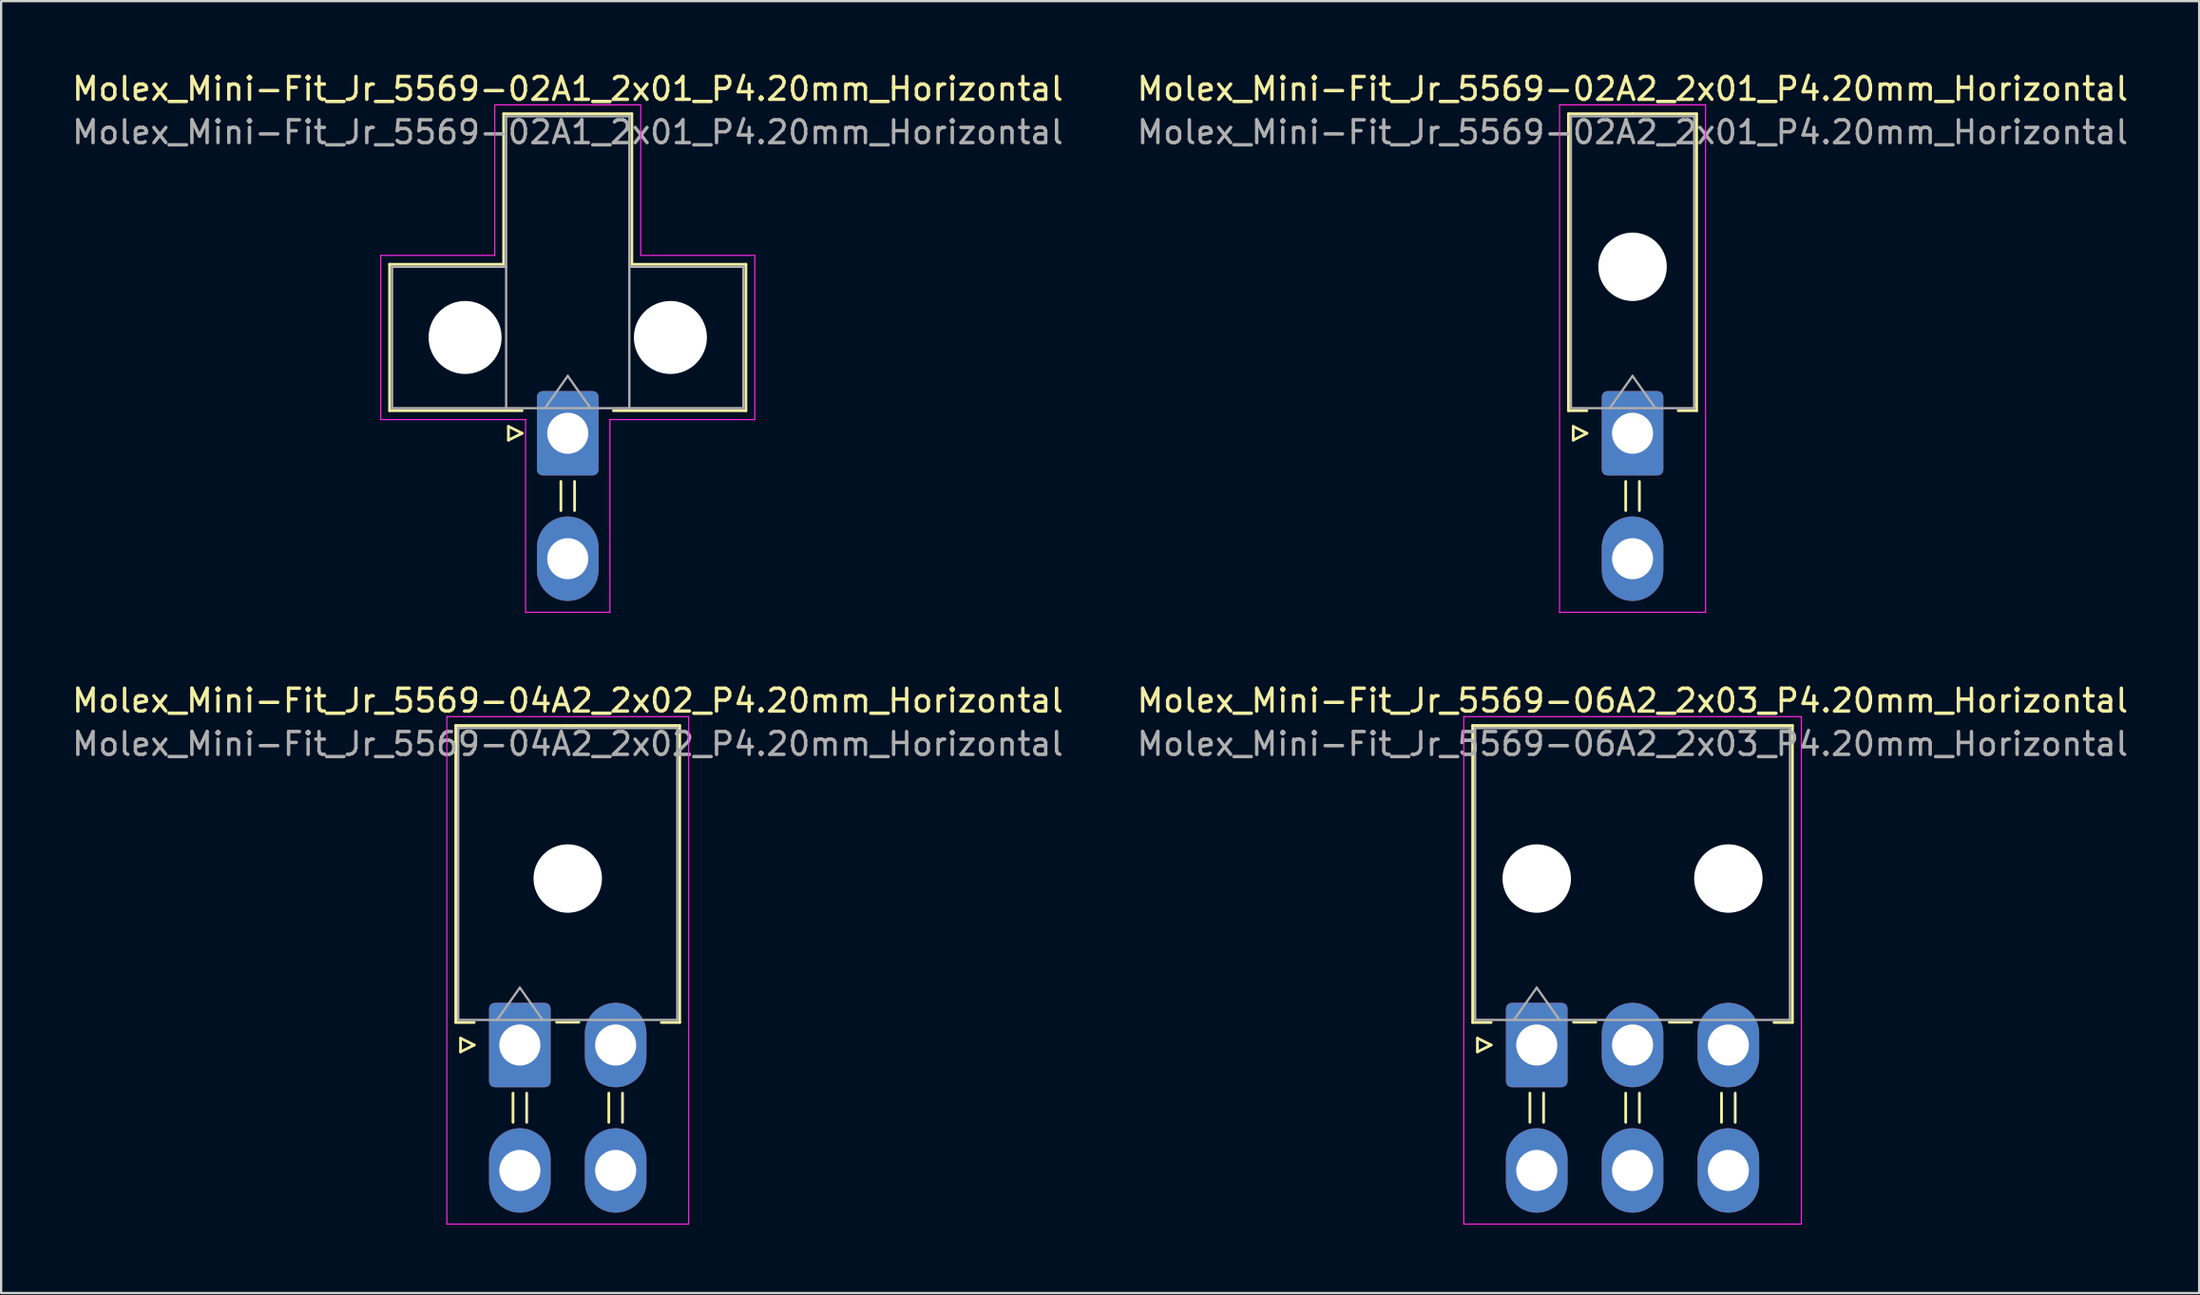
<source format=kicad_pcb>
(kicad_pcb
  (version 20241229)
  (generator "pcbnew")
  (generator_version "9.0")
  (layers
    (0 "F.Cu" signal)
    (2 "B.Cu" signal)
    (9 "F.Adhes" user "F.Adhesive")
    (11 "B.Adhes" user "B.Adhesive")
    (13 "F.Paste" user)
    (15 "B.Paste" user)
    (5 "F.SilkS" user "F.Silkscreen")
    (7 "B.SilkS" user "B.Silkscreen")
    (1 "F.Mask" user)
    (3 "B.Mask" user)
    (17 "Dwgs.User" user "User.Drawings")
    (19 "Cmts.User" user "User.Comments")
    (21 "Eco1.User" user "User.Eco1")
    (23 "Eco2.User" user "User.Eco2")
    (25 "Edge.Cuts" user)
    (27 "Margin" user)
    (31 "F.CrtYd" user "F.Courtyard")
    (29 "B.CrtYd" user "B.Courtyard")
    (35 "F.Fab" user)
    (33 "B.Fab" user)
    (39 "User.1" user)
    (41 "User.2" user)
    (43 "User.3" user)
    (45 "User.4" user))
  (footprint "Molex_Mini-Fit_Jr_5569-06A2_2x03_P4.20mm_Horizontal"
    (layer "F.Cu")
    (at 64.318 42.772)
    (property "Reference" "Molex_Mini-Fit_Jr_5569-06A2_2x03_P4.20mm_Horizontal" (at 4.2 -15.1 0) (layer "F.SilkS") (effects (font (size 1 1) (thickness 0.15))))
    (attr through_hole)
    (fp_line (start -2.81 -14.01) (end 4.2 -14.01) (stroke (width 0.12) (type solid)) (layer "F.SilkS"))
    (fp_line (start -2.81 -0.99) (end -2.81 -14.01) (stroke (width 0.12) (type solid)) (layer "F.SilkS"))
    (fp_line (start -2.6 -0.3) (end -2 0) (stroke (width 0.12) (type solid)) (layer "F.SilkS"))
    (fp_line (start -2.6 0.3) (end -2.6 -0.3) (stroke (width 0.12) (type solid)) (layer "F.SilkS"))
    (fp_line (start -2 -0.99) (end -2.81 -0.99) (stroke (width 0.12) (type solid)) (layer "F.SilkS"))
    (fp_line (start -2 0) (end -2.6 0.3) (stroke (width 0.12) (type solid)) (layer "F.SilkS"))
    (fp_line (start -0.3 2.11) (end -0.3 3.39) (stroke (width 0.12) (type solid)) (layer "F.SilkS"))
    (fp_line (start 0.3 2.11) (end 0.3 3.39) (stroke (width 0.12) (type solid)) (layer "F.SilkS"))
    (fp_line (start 1.61 -1) (end 2.59 -1) (stroke (width 0.12) (type solid)) (layer "F.SilkS"))
    (fp_line (start 3.9 2.11) (end 3.9 3.39) (stroke (width 0.12) (type solid)) (layer "F.SilkS"))
    (fp_line (start 4.5 2.11) (end 4.5 3.39) (stroke (width 0.12) (type solid)) (layer "F.SilkS"))
    (fp_line (start 5.81 -1) (end 6.79 -1) (stroke (width 0.12) (type solid)) (layer "F.SilkS"))
    (fp_line (start 8.1 2.11) (end 8.1 3.39) (stroke (width 0.12) (type solid)) (layer "F.SilkS"))
    (fp_line (start 8.7 2.11) (end 8.7 3.39) (stroke (width 0.12) (type solid)) (layer "F.SilkS"))
    (fp_line (start 10.4 -0.99) (end 11.21 -0.99) (stroke (width 0.12) (type solid)) (layer "F.SilkS"))
    (fp_line (start 11.21 -14.01) (end 4.2 -14.01) (stroke (width 0.12) (type solid)) (layer "F.SilkS"))
    (fp_line (start 11.21 -0.99) (end 11.21 -14.01) (stroke (width 0.12) (type solid)) (layer "F.SilkS"))
    (fp_line (start -3.2 -14.4) (end -3.2 7.85) (stroke (width 0.05) (type solid)) (layer "F.CrtYd"))
    (fp_line (start -3.2 7.85) (end 11.6 7.85) (stroke (width 0.05) (type solid)) (layer "F.CrtYd"))
    (fp_line (start 11.6 -14.4) (end -3.2 -14.4) (stroke (width 0.05) (type solid)) (layer "F.CrtYd"))
    (fp_line (start 11.6 7.85) (end 11.6 -14.4) (stroke (width 0.05) (type solid)) (layer "F.CrtYd"))
    (fp_line (start -2.7 -13.9) (end -2.7 -1.1) (stroke (width 0.1) (type solid)) (layer "F.Fab"))
    (fp_line (start -2.7 -1.1) (end 11.1 -1.1) (stroke (width 0.1) (type solid)) (layer "F.Fab"))
    (fp_line (start -1 -1.1) (end 0 -2.514) (stroke (width 0.1) (type solid)) (layer "F.Fab"))
    (fp_line (start 0 -2.514) (end 1 -1.1) (stroke (width 0.1) (type solid)) (layer "F.Fab"))
    (fp_line (start 11.1 -13.9) (end -2.7 -13.9) (stroke (width 0.1) (type solid)) (layer "F.Fab"))
    (fp_line (start 11.1 -1.1) (end 11.1 -13.9) (stroke (width 0.1) (type solid)) (layer "F.Fab"))
    (fp_text user "${REFERENCE}" (at 4.2 -13.2 0) (layer "F.Fab") (effects (font (size 1 1) (thickness 0.15))))
    (pad "" np_thru_hole circle (at 0 -7.3) (size 3 3) (drill 3) (layers "*.Cu" "*.Mask"))
    (pad "" np_thru_hole circle (at 8.4 -7.3) (size 3 3) (drill 3) (layers "*.Cu" "*.Mask"))
    (pad "1" thru_hole roundrect (at 0 0) (size 2.7 3.7) (drill 1.8) (layers "*.Cu" "*.Mask") (roundrect_rratio 0.093))
    (pad "2" thru_hole oval (at 4.2 0) (size 2.7 3.7) (drill 1.8) (layers "*.Cu" "*.Mask"))
    (pad "3" thru_hole oval (at 8.4 0) (size 2.7 3.7) (drill 1.8) (layers "*.Cu" "*.Mask"))
    (pad "4" thru_hole oval (at 0 5.5) (size 2.7 3.7) (drill 1.8) (layers "*.Cu" "*.Mask"))
    (pad "5" thru_hole oval (at 4.2 5.5) (size 2.7 3.7) (drill 1.8) (layers "*.Cu" "*.Mask"))
    (pad "6" thru_hole oval (at 8.4 5.5) (size 2.7 3.7) (drill 1.8) (layers "*.Cu" "*.Mask")))
  (footprint "Molex_Mini-Fit_Jr_5569-02A1_2x01_P4.20mm_Horizontal"
    (layer "F.Cu")
    (at 21.839 15.948)
    (property "Reference" "Molex_Mini-Fit_Jr_5569-02A1_2x01_P4.20mm_Horizontal" (at 0 -15.1 0) (layer "F.SilkS") (effects (font (size 1 1) (thickness 0.15))))
    (attr through_hole)
    (fp_line (start -7.81 -7.41) (end -7.81 -0.99) (stroke (width 0.12) (type solid)) (layer "F.SilkS"))
    (fp_line (start -7.81 -0.99) (end -2 -0.99) (stroke (width 0.12) (type solid)) (layer "F.SilkS"))
    (fp_line (start -2.81 -14.01) (end -2.81 -7.41) (stroke (width 0.12) (type solid)) (layer "F.SilkS"))
    (fp_line (start -2.81 -7.41) (end -7.81 -7.41) (stroke (width 0.12) (type solid)) (layer "F.SilkS"))
    (fp_line (start -2.6 -0.3) (end -2 0) (stroke (width 0.12) (type solid)) (layer "F.SilkS"))
    (fp_line (start -2.6 0.3) (end -2.6 -0.3) (stroke (width 0.12) (type solid)) (layer "F.SilkS"))
    (fp_line (start -2 0) (end -2.6 0.3) (stroke (width 0.12) (type solid)) (layer "F.SilkS"))
    (fp_line (start -0.3 2.11) (end -0.3 3.39) (stroke (width 0.12) (type solid)) (layer "F.SilkS"))
    (fp_line (start 0 -14.01) (end -2.81 -14.01) (stroke (width 0.12) (type solid)) (layer "F.SilkS"))
    (fp_line (start 0 -14.01) (end 2.81 -14.01) (stroke (width 0.12) (type solid)) (layer "F.SilkS"))
    (fp_line (start 0.3 2.11) (end 0.3 3.39) (stroke (width 0.12) (type solid)) (layer "F.SilkS"))
    (fp_line (start 2.81 -14.01) (end 2.81 -7.41) (stroke (width 0.12) (type solid)) (layer "F.SilkS"))
    (fp_line (start 2.81 -7.41) (end 7.81 -7.41) (stroke (width 0.12) (type solid)) (layer "F.SilkS"))
    (fp_line (start 7.81 -7.41) (end 7.81 -0.99) (stroke (width 0.12) (type solid)) (layer "F.SilkS"))
    (fp_line (start 7.81 -0.99) (end 2 -0.99) (stroke (width 0.12) (type solid)) (layer "F.SilkS"))
    (fp_line (start -8.2 -7.8) (end -8.2 -0.6) (stroke (width 0.05) (type solid)) (layer "F.CrtYd"))
    (fp_line (start -8.2 -0.6) (end -1.85 -0.6) (stroke (width 0.05) (type solid)) (layer "F.CrtYd"))
    (fp_line (start -3.2 -14.4) (end -3.2 -7.8) (stroke (width 0.05) (type solid)) (layer "F.CrtYd"))
    (fp_line (start -3.2 -7.8) (end -8.2 -7.8) (stroke (width 0.05) (type solid)) (layer "F.CrtYd"))
    (fp_line (start -1.85 -0.6) (end -1.85 7.85) (stroke (width 0.05) (type solid)) (layer "F.CrtYd"))
    (fp_line (start -1.85 7.85) (end 0 7.85) (stroke (width 0.05) (type solid)) (layer "F.CrtYd"))
    (fp_line (start 0 -14.4) (end -3.2 -14.4) (stroke (width 0.05) (type solid)) (layer "F.CrtYd"))
    (fp_line (start 0 -14.4) (end 3.2 -14.4) (stroke (width 0.05) (type solid)) (layer "F.CrtYd"))
    (fp_line (start 1.85 -0.6) (end 1.85 7.85) (stroke (width 0.05) (type solid)) (layer "F.CrtYd"))
    (fp_line (start 1.85 7.85) (end 0 7.85) (stroke (width 0.05) (type solid)) (layer "F.CrtYd"))
    (fp_line (start 3.2 -14.4) (end 3.2 -7.8) (stroke (width 0.05) (type solid)) (layer "F.CrtYd"))
    (fp_line (start 3.2 -7.8) (end 8.2 -7.8) (stroke (width 0.05) (type solid)) (layer "F.CrtYd"))
    (fp_line (start 8.2 -7.8) (end 8.2 -0.6) (stroke (width 0.05) (type solid)) (layer "F.CrtYd"))
    (fp_line (start 8.2 -0.6) (end 1.85 -0.6) (stroke (width 0.05) (type solid)) (layer "F.CrtYd"))
    (fp_line (start -7.7 -7.3) (end -7.7 -1.1) (stroke (width 0.1) (type solid)) (layer "F.Fab"))
    (fp_line (start -7.7 -1.1) (end -2.7 -1.1) (stroke (width 0.1) (type solid)) (layer "F.Fab"))
    (fp_line (start -2.7 -13.9) (end -2.7 -1.1) (stroke (width 0.1) (type solid)) (layer "F.Fab"))
    (fp_line (start -2.7 -7.3) (end -7.7 -7.3) (stroke (width 0.1) (type solid)) (layer "F.Fab"))
    (fp_line (start -2.7 -1.1) (end 2.7 -1.1) (stroke (width 0.1) (type solid)) (layer "F.Fab"))
    (fp_line (start -1 -1.1) (end 0 -2.514) (stroke (width 0.1) (type solid)) (layer "F.Fab"))
    (fp_line (start 0 -2.514) (end 1 -1.1) (stroke (width 0.1) (type solid)) (layer "F.Fab"))
    (fp_line (start 2.7 -13.9) (end -2.7 -13.9) (stroke (width 0.1) (type solid)) (layer "F.Fab"))
    (fp_line (start 2.7 -7.3) (end 7.7 -7.3) (stroke (width 0.1) (type solid)) (layer "F.Fab"))
    (fp_line (start 2.7 -1.1) (end 2.7 -13.9) (stroke (width 0.1) (type solid)) (layer "F.Fab"))
    (fp_line (start 7.7 -7.3) (end 7.7 -1.1) (stroke (width 0.1) (type solid)) (layer "F.Fab"))
    (fp_line (start 7.7 -1.1) (end 2.7 -1.1) (stroke (width 0.1) (type solid)) (layer "F.Fab"))
    (fp_text user "${REFERENCE}" (at 0 -13.2 0) (layer "F.Fab") (effects (font (size 1 1) (thickness 0.15))))
    (pad "" np_thru_hole circle (at -4.5 -4.2) (size 3.2 3.2) (drill 3.2) (layers "*.Cu" "*.Mask"))
    (pad "" np_thru_hole circle (at 4.5 -4.2) (size 3.2 3.2) (drill 3.2) (layers "*.Cu" "*.Mask"))
    (pad "1" thru_hole roundrect (at 0 0) (size 2.7 3.7) (drill 1.8) (layers "*.Cu" "*.Mask") (roundrect_rratio 0.093))
    (pad "2" thru_hole oval (at 0 5.5) (size 2.7 3.7) (drill 1.8) (layers "*.Cu" "*.Mask")))
  (footprint "Molex_Mini-Fit_Jr_5569-04A2_2x02_P4.20mm_Horizontal"
    (layer "F.Cu")
    (at 19.739 42.772)
    (property "Reference" "Molex_Mini-Fit_Jr_5569-04A2_2x02_P4.20mm_Horizontal" (at 2.1 -15.1 0) (layer "F.SilkS") (effects (font (size 1 1) (thickness 0.15))))
    (attr through_hole)
    (fp_line (start -2.81 -14.01) (end 2.1 -14.01) (stroke (width 0.12) (type solid)) (layer "F.SilkS"))
    (fp_line (start -2.81 -0.99) (end -2.81 -14.01) (stroke (width 0.12) (type solid)) (layer "F.SilkS"))
    (fp_line (start -2.6 -0.3) (end -2 0) (stroke (width 0.12) (type solid)) (layer "F.SilkS"))
    (fp_line (start -2.6 0.3) (end -2.6 -0.3) (stroke (width 0.12) (type solid)) (layer "F.SilkS"))
    (fp_line (start -2 -0.99) (end -2.81 -0.99) (stroke (width 0.12) (type solid)) (layer "F.SilkS"))
    (fp_line (start -2 0) (end -2.6 0.3) (stroke (width 0.12) (type solid)) (layer "F.SilkS"))
    (fp_line (start -0.3 2.11) (end -0.3 3.39) (stroke (width 0.12) (type solid)) (layer "F.SilkS"))
    (fp_line (start 0.3 2.11) (end 0.3 3.39) (stroke (width 0.12) (type solid)) (layer "F.SilkS"))
    (fp_line (start 1.61 -1) (end 2.59 -1) (stroke (width 0.12) (type solid)) (layer "F.SilkS"))
    (fp_line (start 3.9 2.11) (end 3.9 3.39) (stroke (width 0.12) (type solid)) (layer "F.SilkS"))
    (fp_line (start 4.5 2.11) (end 4.5 3.39) (stroke (width 0.12) (type solid)) (layer "F.SilkS"))
    (fp_line (start 6.2 -0.99) (end 7.01 -0.99) (stroke (width 0.12) (type solid)) (layer "F.SilkS"))
    (fp_line (start 7.01 -14.01) (end 2.1 -14.01) (stroke (width 0.12) (type solid)) (layer "F.SilkS"))
    (fp_line (start 7.01 -0.99) (end 7.01 -14.01) (stroke (width 0.12) (type solid)) (layer "F.SilkS"))
    (fp_line (start -3.2 -14.4) (end -3.2 7.85) (stroke (width 0.05) (type solid)) (layer "F.CrtYd"))
    (fp_line (start -3.2 7.85) (end 7.4 7.85) (stroke (width 0.05) (type solid)) (layer "F.CrtYd"))
    (fp_line (start 7.4 -14.4) (end -3.2 -14.4) (stroke (width 0.05) (type solid)) (layer "F.CrtYd"))
    (fp_line (start 7.4 7.85) (end 7.4 -14.4) (stroke (width 0.05) (type solid)) (layer "F.CrtYd"))
    (fp_line (start -2.7 -13.9) (end -2.7 -1.1) (stroke (width 0.1) (type solid)) (layer "F.Fab"))
    (fp_line (start -2.7 -1.1) (end 6.9 -1.1) (stroke (width 0.1) (type solid)) (layer "F.Fab"))
    (fp_line (start -1 -1.1) (end 0 -2.514) (stroke (width 0.1) (type solid)) (layer "F.Fab"))
    (fp_line (start 0 -2.514) (end 1 -1.1) (stroke (width 0.1) (type solid)) (layer "F.Fab"))
    (fp_line (start 6.9 -13.9) (end -2.7 -13.9) (stroke (width 0.1) (type solid)) (layer "F.Fab"))
    (fp_line (start 6.9 -1.1) (end 6.9 -13.9) (stroke (width 0.1) (type solid)) (layer "F.Fab"))
    (fp_text user "${REFERENCE}" (at 2.1 -13.2 0) (layer "F.Fab") (effects (font (size 1 1) (thickness 0.15))))
    (pad "" np_thru_hole circle (at 2.1 -7.3) (size 3 3) (drill 3) (layers "*.Cu" "*.Mask"))
    (pad "1" thru_hole roundrect (at 0 0) (size 2.7 3.7) (drill 1.8) (layers "*.Cu" "*.Mask") (roundrect_rratio 0.093))
    (pad "2" thru_hole oval (at 4.2 0) (size 2.7 3.7) (drill 1.8) (layers "*.Cu" "*.Mask"))
    (pad "3" thru_hole oval (at 0 5.5) (size 2.7 3.7) (drill 1.8) (layers "*.Cu" "*.Mask"))
    (pad "4" thru_hole oval (at 4.2 5.5) (size 2.7 3.7) (drill 1.8) (layers "*.Cu" "*.Mask")))
  (footprint "Molex_Mini-Fit_Jr_5569-02A2_2x01_P4.20mm_Horizontal"
    (layer "F.Cu")
    (at 68.518 15.948)
    (property "Reference" "Molex_Mini-Fit_Jr_5569-02A2_2x01_P4.20mm_Horizontal" (at 0 -15.1 0) (layer "F.SilkS") (effects (font (size 1 1) (thickness 0.15))))
    (attr through_hole)
    (fp_line (start -2.81 -14.01) (end 0 -14.01) (stroke (width 0.12) (type solid)) (layer "F.SilkS"))
    (fp_line (start -2.81 -0.99) (end -2.81 -14.01) (stroke (width 0.12) (type solid)) (layer "F.SilkS"))
    (fp_line (start -2.6 -0.3) (end -2 0) (stroke (width 0.12) (type solid)) (layer "F.SilkS"))
    (fp_line (start -2.6 0.3) (end -2.6 -0.3) (stroke (width 0.12) (type solid)) (layer "F.SilkS"))
    (fp_line (start -2 -0.99) (end -2.81 -0.99) (stroke (width 0.12) (type solid)) (layer "F.SilkS"))
    (fp_line (start -2 0) (end -2.6 0.3) (stroke (width 0.12) (type solid)) (layer "F.SilkS"))
    (fp_line (start -0.3 2.11) (end -0.3 3.39) (stroke (width 0.12) (type solid)) (layer "F.SilkS"))
    (fp_line (start 0.3 2.11) (end 0.3 3.39) (stroke (width 0.12) (type solid)) (layer "F.SilkS"))
    (fp_line (start 2 -0.99) (end 2.81 -0.99) (stroke (width 0.12) (type solid)) (layer "F.SilkS"))
    (fp_line (start 2.81 -14.01) (end 0 -14.01) (stroke (width 0.12) (type solid)) (layer "F.SilkS"))
    (fp_line (start 2.81 -0.99) (end 2.81 -14.01) (stroke (width 0.12) (type solid)) (layer "F.SilkS"))
    (fp_line (start -3.2 -14.4) (end -3.2 7.85) (stroke (width 0.05) (type solid)) (layer "F.CrtYd"))
    (fp_line (start -3.2 7.85) (end 3.2 7.85) (stroke (width 0.05) (type solid)) (layer "F.CrtYd"))
    (fp_line (start 3.2 -14.4) (end -3.2 -14.4) (stroke (width 0.05) (type solid)) (layer "F.CrtYd"))
    (fp_line (start 3.2 7.85) (end 3.2 -14.4) (stroke (width 0.05) (type solid)) (layer "F.CrtYd"))
    (fp_line (start -2.7 -13.9) (end -2.7 -1.1) (stroke (width 0.1) (type solid)) (layer "F.Fab"))
    (fp_line (start -2.7 -1.1) (end 2.7 -1.1) (stroke (width 0.1) (type solid)) (layer "F.Fab"))
    (fp_line (start -1 -1.1) (end 0 -2.514) (stroke (width 0.1) (type solid)) (layer "F.Fab"))
    (fp_line (start 0 -2.514) (end 1 -1.1) (stroke (width 0.1) (type solid)) (layer "F.Fab"))
    (fp_line (start 2.7 -13.9) (end -2.7 -13.9) (stroke (width 0.1) (type solid)) (layer "F.Fab"))
    (fp_line (start 2.7 -1.1) (end 2.7 -13.9) (stroke (width 0.1) (type solid)) (layer "F.Fab"))
    (fp_text user "${REFERENCE}" (at 0 -13.2 0) (layer "F.Fab") (effects (font (size 1 1) (thickness 0.15))))
    (pad "" np_thru_hole circle (at 0 -7.3) (size 3 3) (drill 3) (layers "*.Cu" "*.Mask"))
    (pad "1" thru_hole roundrect (at 0 0) (size 2.7 3.7) (drill 1.8) (layers "*.Cu" "*.Mask") (roundrect_rratio 0.093))
    (pad "2" thru_hole oval (at 0 5.5) (size 2.7 3.7) (drill 1.8) (layers "*.Cu" "*.Mask")))
  (gr_rect
    (start -3 -3)
    (end 93.357 53.647)
    (stroke (width 0.1) (type default))
    (fill no)
    (layer "Edge.Cuts")))
</source>
